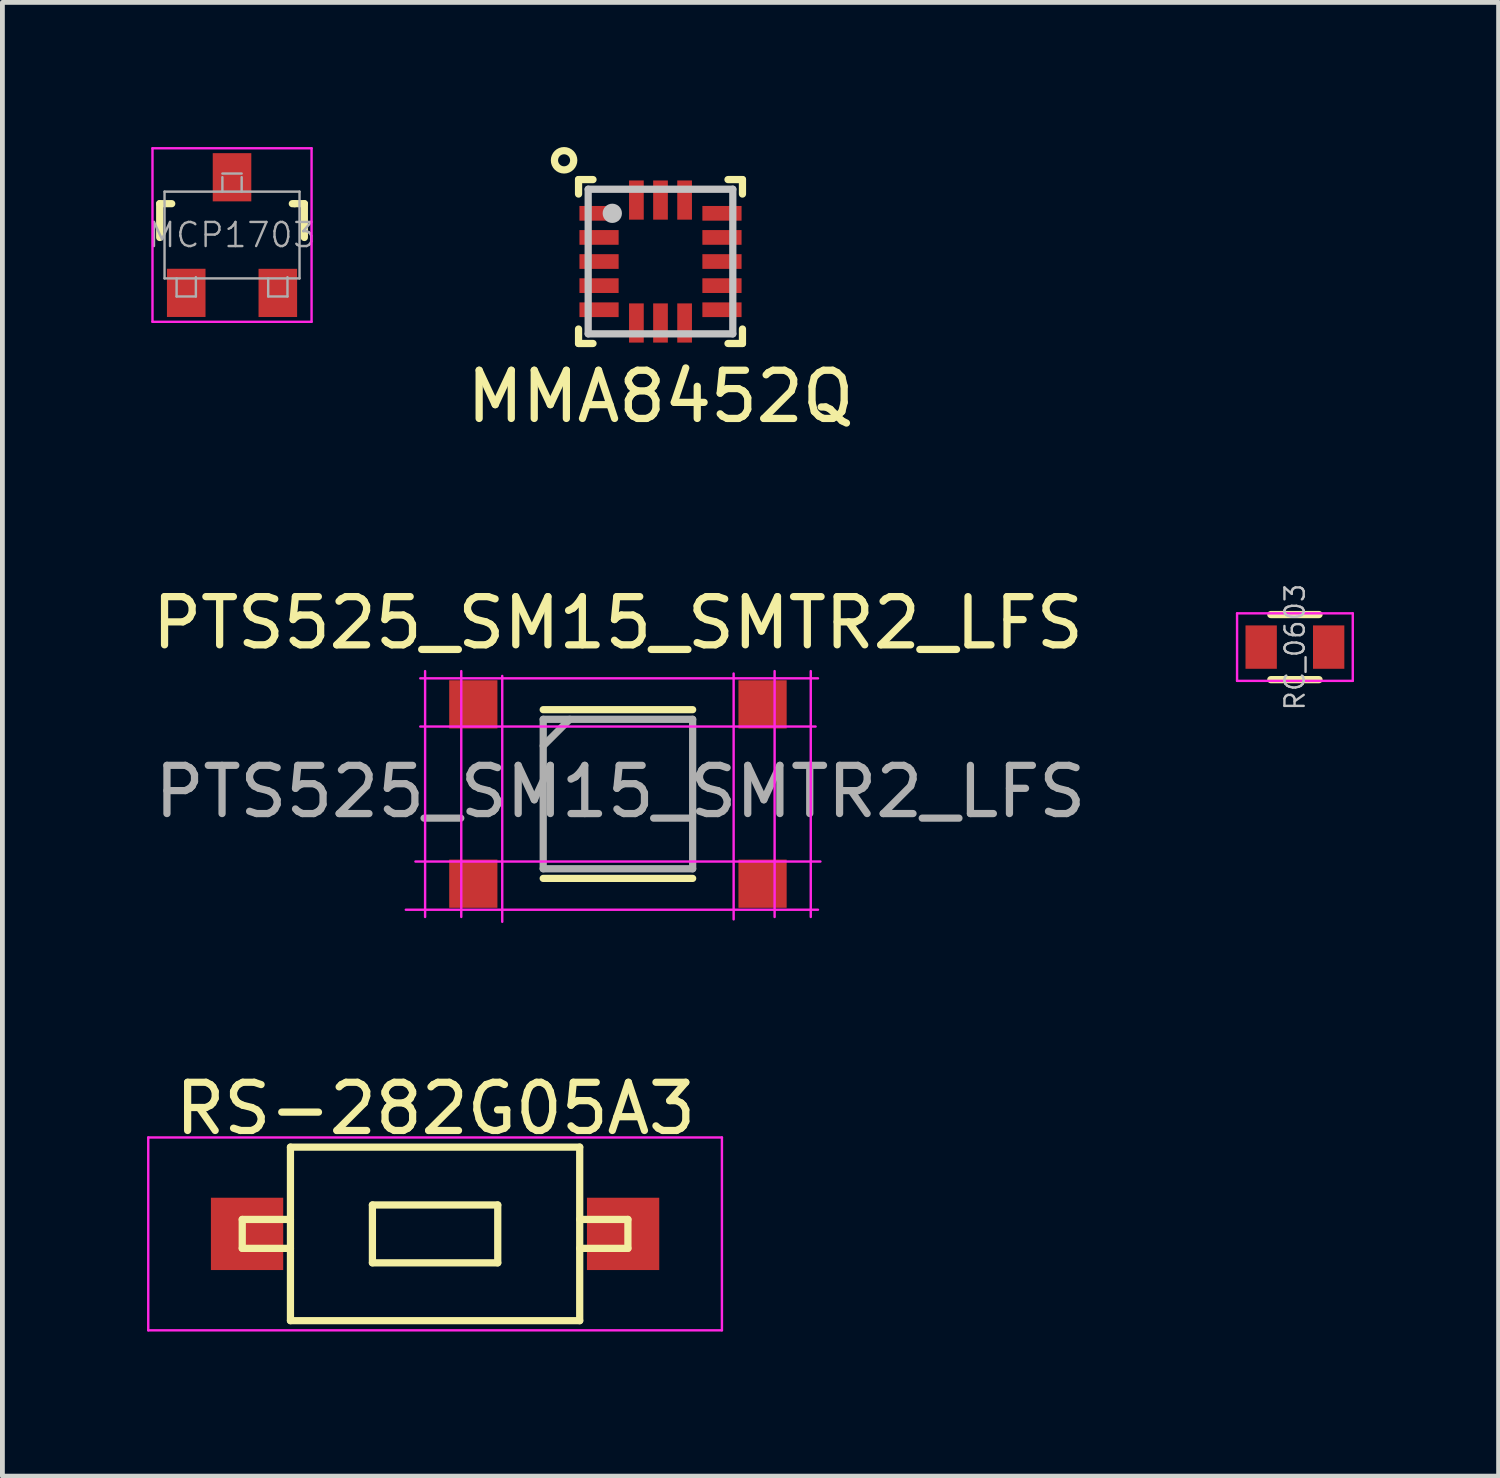
<source format=kicad_pcb>
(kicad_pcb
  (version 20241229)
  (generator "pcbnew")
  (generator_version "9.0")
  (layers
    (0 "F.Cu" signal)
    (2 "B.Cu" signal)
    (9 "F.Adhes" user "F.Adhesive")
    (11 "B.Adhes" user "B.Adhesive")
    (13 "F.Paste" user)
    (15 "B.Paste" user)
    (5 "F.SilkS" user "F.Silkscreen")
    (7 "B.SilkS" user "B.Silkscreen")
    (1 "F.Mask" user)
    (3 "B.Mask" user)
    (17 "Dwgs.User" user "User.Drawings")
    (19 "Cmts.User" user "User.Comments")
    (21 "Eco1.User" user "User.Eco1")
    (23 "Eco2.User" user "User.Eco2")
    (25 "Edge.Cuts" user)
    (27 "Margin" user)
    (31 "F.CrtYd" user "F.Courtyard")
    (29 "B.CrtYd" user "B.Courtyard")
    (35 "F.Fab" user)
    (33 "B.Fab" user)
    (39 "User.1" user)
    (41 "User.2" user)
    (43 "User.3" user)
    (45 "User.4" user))
  (footprint "MMA8452Q"
    (layer "F.Cu")
    (at 10.651 2.375)
    (property "Reference" "MMA8452Q" (at 0 2.8 0) (layer "F.SilkS") (effects (font (size 1 1) (thickness 0.15))))
    (attr through_hole)
    (fp_line (start -1.7 -1.7) (end -1.7 -1.4) (stroke (width 0.15) (type solid)) (layer "F.SilkS"))
    (fp_line (start -1.7 -1.7) (end -1.4 -1.7) (stroke (width 0.15) (type solid)) (layer "F.SilkS"))
    (fp_line (start -1.7 1.7) (end -1.7 1.4) (stroke (width 0.15) (type solid)) (layer "F.SilkS"))
    (fp_line (start -1.4 1.7) (end -1.7 1.7) (stroke (width 0.15) (type solid)) (layer "F.SilkS"))
    (fp_line (start 1.4 -1.7) (end 1.7 -1.7) (stroke (width 0.15) (type solid)) (layer "F.SilkS"))
    (fp_line (start 1.7 -1.7) (end 1.7 -1.4) (stroke (width 0.15) (type solid)) (layer "F.SilkS"))
    (fp_line (start 1.7 1.4) (end 1.7 1.7) (stroke (width 0.15) (type solid)) (layer "F.SilkS"))
    (fp_line (start 1.7 1.7) (end 1.4 1.7) (stroke (width 0.15) (type solid)) (layer "F.SilkS"))
    (fp_circle (center -2 -2.1) (end -2 -1.9) (stroke (width 0.15) (type solid)) (fill no) (layer "F.SilkS"))
    (fp_line (start -1.5 -1.5) (end -1.5 1.5) (stroke (width 0.15) (type solid)) (layer "Dwgs.User"))
    (fp_line (start -1.5 -1.5) (end 1.5 -1.5) (stroke (width 0.15) (type solid)) (layer "Dwgs.User"))
    (fp_line (start -1.5 1.5) (end 1.5 1.5) (stroke (width 0.15) (type solid)) (layer "Dwgs.User"))
    (fp_line (start 1.5 -1.5) (end 1.5 1.5) (stroke (width 0.15) (type solid)) (layer "Dwgs.User"))
    (fp_circle (center -1 -1) (end -1 -0.9) (stroke (width 0.2) (type solid)) (fill no) (layer "Dwgs.User"))
    (pad "1" smd rect (at -1.275 -1 90) (size 0.305 0.813) (layers "F.Cu" "F.Mask" "F.Paste"))
    (pad "2" smd rect (at -1.275 -0.5 90) (size 0.305 0.813) (layers "F.Cu" "F.Mask" "F.Paste"))
    (pad "3" smd rect (at -1.275 0 90) (size 0.305 0.813) (layers "F.Cu" "F.Mask" "F.Paste"))
    (pad "4" smd rect (at -1.275 0.5 90) (size 0.305 0.813) (layers "F.Cu" "F.Mask" "F.Paste"))
    (pad "5" smd rect (at -1.275 1 90) (size 0.305 0.813) (layers "F.Cu" "F.Mask" "F.Paste"))
    (pad "6" smd rect (at -0.5 1.275) (size 0.305 0.813) (layers "F.Cu" "F.Mask" "F.Paste"))
    (pad "7" smd rect (at 0 1.275) (size 0.305 0.813) (layers "F.Cu" "F.Mask" "F.Paste"))
    (pad "8" smd rect (at 0.5 1.275) (size 0.305 0.813) (layers "F.Cu" "F.Mask" "F.Paste"))
    (pad "9" smd rect (at 1.275 1 90) (size 0.305 0.813) (layers "F.Cu" "F.Mask" "F.Paste"))
    (pad "10" smd rect (at 1.275 0.5 90) (size 0.305 0.813) (layers "F.Cu" "F.Mask" "F.Paste"))
    (pad "11" smd rect (at 1.275 0 90) (size 0.305 0.813) (layers "F.Cu" "F.Mask" "F.Paste"))
    (pad "12" smd rect (at 1.275 -0.5 90) (size 0.305 0.813) (layers "F.Cu" "F.Mask" "F.Paste"))
    (pad "13" smd rect (at 1.275 -1 90) (size 0.305 0.813) (layers "F.Cu" "F.Mask" "F.Paste"))
    (pad "14" smd rect (at 0.5 -1.275) (size 0.305 0.813) (layers "F.Cu" "F.Mask" "F.Paste"))
    (pad "15" smd rect (at 0 -1.275) (size 0.305 0.813) (layers "F.Cu" "F.Mask" "F.Paste"))
    (pad "16" smd rect (at -0.5 -1.275) (size 0.305 0.813) (layers "F.Cu" "F.Mask" "F.Paste")))
  (footprint "RS-282G05A3"
    (layer "F.Cu")
    (at 5.975 22.545)
    (property "Reference" "RS-282G05A3" (at 0.01 -2.6 0) (layer "F.SilkS") (effects (font (size 1 1) (thickness 0.15))))
    (attr smd)
    (fp_line (start -4 -0.3) (end -4 0.3) (stroke (width 0.15) (type solid)) (layer "F.SilkS"))
    (fp_line (start -4 -0.3) (end -3 -0.3) (stroke (width 0.15) (type solid)) (layer "F.SilkS"))
    (fp_line (start -4 0.3) (end -3 0.3) (stroke (width 0.15) (type solid)) (layer "F.SilkS"))
    (fp_line (start -3 -1.8) (end -3 1.8) (stroke (width 0.15) (type solid)) (layer "F.SilkS"))
    (fp_line (start -3 -1.8) (end 3 -1.8) (stroke (width 0.15) (type solid)) (layer "F.SilkS"))
    (fp_line (start -3 1.8) (end 3 1.8) (stroke (width 0.15) (type solid)) (layer "F.SilkS"))
    (fp_line (start -1.3 -0.6) (end -1.3 0.6) (stroke (width 0.15) (type solid)) (layer "F.SilkS"))
    (fp_line (start -1.3 -0.6) (end 1.3 -0.6) (stroke (width 0.15) (type solid)) (layer "F.SilkS"))
    (fp_line (start -1.3 0.6) (end 1.3 0.6) (stroke (width 0.15) (type solid)) (layer "F.SilkS"))
    (fp_line (start 1.3 -0.6) (end 1.3 0.6) (stroke (width 0.15) (type solid)) (layer "F.SilkS"))
    (fp_line (start 3 -1.8) (end 3 1.8) (stroke (width 0.15) (type solid)) (layer "F.SilkS"))
    (fp_line (start 3 -0.3) (end 4 -0.3) (stroke (width 0.15) (type solid)) (layer "F.SilkS"))
    (fp_line (start 3 0.3) (end 4 0.3) (stroke (width 0.15) (type solid)) (layer "F.SilkS"))
    (fp_line (start 4 -0.3) (end 4 0.3) (stroke (width 0.15) (type solid)) (layer "F.SilkS"))
    (fp_line (start -5.95 -2) (end -5.95 2) (stroke (width 0.05) (type solid)) (layer "F.CrtYd"))
    (fp_line (start -5.95 -2) (end 5.95 -2) (stroke (width 0.05) (type solid)) (layer "F.CrtYd"))
    (fp_line (start -5.95 2) (end 5.95 2) (stroke (width 0.05) (type solid)) (layer "F.CrtYd"))
    (fp_line (start 5.95 -2) (end 5.95 2) (stroke (width 0.05) (type solid)) (layer "F.CrtYd"))
    (pad "1" smd rect (at -3.9 0) (size 1.5 1.5) (layers "F.Cu" "F.Mask" "F.Paste"))
    (pad "2" smd rect (at 3.9 0) (size 1.5 1.5) (layers "F.Cu" "F.Mask" "F.Paste")))
  (footprint "MCP1703"
    (layer "F.Cu")
    (at 1.763 1.825)
    (property "Reference" "MCP1703" (at 0 0 0) (layer "F.Fab") (effects (font (size 0.5 0.5) (thickness 0.05))))
    (attr smd)
    (fp_line (start -1.5 -0.65) (end -1.251 -0.65) (stroke (width 0.15) (type solid)) (layer "F.SilkS"))
    (fp_line (start -1.5 0.051) (end -1.5 -0.65) (stroke (width 0.15) (type solid)) (layer "F.SilkS"))
    (fp_line (start 1.299 -0.65) (end 1.251 -0.65) (stroke (width 0.15) (type solid)) (layer "F.SilkS"))
    (fp_line (start 1.299 -0.65) (end 1.5 -0.65) (stroke (width 0.15) (type solid)) (layer "F.SilkS"))
    (fp_line (start 1.5 -0.65) (end 1.5 0.051) (stroke (width 0.15) (type solid)) (layer "F.SilkS"))
    (fp_line (start -1.65 -1.8) (end 1.65 -1.8) (stroke (width 0.05) (type solid)) (layer "F.CrtYd"))
    (fp_line (start -1.65 1.8) (end -1.65 -1.8) (stroke (width 0.05) (type solid)) (layer "F.CrtYd"))
    (fp_line (start 1.65 -1.8) (end 1.65 1.8) (stroke (width 0.05) (type solid)) (layer "F.CrtYd"))
    (fp_line (start 1.65 1.8) (end -1.65 1.8) (stroke (width 0.05) (type solid)) (layer "F.CrtYd"))
    (fp_line (start -1.4 -0.9) (end 1.4 -0.9) (stroke (width 0.05) (type solid)) (layer "F.Fab"))
    (fp_line (start -1.4 0.9) (end -1.4 -0.9) (stroke (width 0.05) (type solid)) (layer "F.Fab"))
    (fp_line (start -1.15 1.275) (end -1.15 0.9) (stroke (width 0.05) (type solid)) (layer "F.Fab"))
    (fp_line (start -1.15 1.275) (end -0.75 1.275) (stroke (width 0.05) (type solid)) (layer "F.Fab"))
    (fp_line (start -0.75 1.275) (end -0.75 0.875) (stroke (width 0.05) (type solid)) (layer "F.Fab"))
    (fp_line (start -0.2 -1.275) (end 0.2 -1.275) (stroke (width 0.05) (type solid)) (layer "F.Fab"))
    (fp_line (start -0.2 -0.9) (end -0.2 -1.2) (stroke (width 0.05) (type solid)) (layer "F.Fab"))
    (fp_line (start 0.2 -1.2) (end 0.2 -0.9) (stroke (width 0.05) (type solid)) (layer "F.Fab"))
    (fp_line (start 0.75 1.275) (end 0.75 0.9) (stroke (width 0.05) (type solid)) (layer "F.Fab"))
    (fp_line (start 0.75 1.275) (end 1.15 1.275) (stroke (width 0.05) (type solid)) (layer "F.Fab"))
    (fp_line (start 1.15 1.275) (end 1.15 0.875) (stroke (width 0.05) (type solid)) (layer "F.Fab"))
    (fp_line (start 1.4 -0.9) (end 1.4 0.9) (stroke (width 0.05) (type solid)) (layer "F.Fab"))
    (fp_line (start 1.4 0.9) (end -1.4 0.9) (stroke (width 0.05) (type solid)) (layer "F.Fab"))
    (pad "1" smd rect (at -0.95 1.2) (size 0.8 1) (layers "F.Cu" "F.Mask" "F.Paste"))
    (pad "2" smd rect (at 0.95 1.201) (size 0.8 1) (layers "F.Cu" "F.Mask" "F.Paste"))
    (pad "3" smd rect (at 0 -1.198) (size 0.8 1) (layers "F.Cu" "F.Mask" "F.Paste")))
  (footprint "RC_0603"
    (layer "F.Cu")
    (at 23.811 10.373)
    (property "Reference" "RC_0603" (at 0 0 90) (layer "Dwgs.User") (effects (font (size 0.4 0.4) (thickness 0.05))))
    (attr smd)
    (fp_line (start -0.5 -0.675) (end 0.5 -0.675) (stroke (width 0.15) (type solid)) (layer "F.SilkS"))
    (fp_line (start 0.5 0.675) (end -0.5 0.675) (stroke (width 0.15) (type solid)) (layer "F.SilkS"))
    (fp_line (start -1.2 -0.7) (end -1.2 0.7) (stroke (width 0.05) (type solid)) (layer "F.CrtYd"))
    (fp_line (start -1.2 -0.7) (end 1.2 -0.7) (stroke (width 0.05) (type solid)) (layer "F.CrtYd"))
    (fp_line (start -1.2 0.7) (end 1.2 0.7) (stroke (width 0.05) (type solid)) (layer "F.CrtYd"))
    (fp_line (start 1.2 -0.7) (end 1.2 0.7) (stroke (width 0.05) (type solid)) (layer "F.CrtYd"))
    (pad "1" smd rect (at -0.7 0) (size 0.65 0.9) (layers "F.Cu" "F.Mask" "F.Paste"))
    (pad "2" smd rect (at 0.7 0) (size 0.65 0.9) (layers "F.Cu" "F.Mask" "F.Paste")))
  (footprint "PTS525_SM15_SMTR2_LFS"
    (layer "F.Cu")
    (at 9.768 13.421)
    (property "Reference" "PTS525_SM15_SMTR2_LFS" (at 0 -3.55 0) (layer "F.SilkS") (effects (font (size 1 1) (thickness 0.15))))
    (attr smd)
    (fp_line (start -1.55 -1.75) (end 1.55 -1.75) (stroke (width 0.15) (type solid)) (layer "F.SilkS"))
    (fp_line (start -1.55 1.75) (end 1.55 1.75) (stroke (width 0.15) (type solid)) (layer "F.SilkS"))
    (fp_line (start -4.4 2.4) (end 4.15 2.4) (stroke (width 0.05) (type solid)) (layer "F.CrtYd"))
    (fp_line (start -4.2 1.4) (end 4.2 1.4) (stroke (width 0.05) (type solid)) (layer "F.CrtYd"))
    (fp_line (start -4.1 -2.4) (end 4.15 -2.4) (stroke (width 0.05) (type solid)) (layer "F.CrtYd"))
    (fp_line (start -4.1 -1.4) (end 4.1 -1.4) (stroke (width 0.05) (type solid)) (layer "F.CrtYd"))
    (fp_line (start -4 -2.55) (end -4 2.55) (stroke (width 0.05) (type solid)) (layer "F.CrtYd"))
    (fp_line (start -3.25 -2.55) (end -3.25 2.55) (stroke (width 0.05) (type solid)) (layer "F.CrtYd"))
    (fp_line (start -2.4 -2.45) (end -2.4 2.65) (stroke (width 0.05) (type solid)) (layer "F.CrtYd"))
    (fp_line (start 2.4 -2.5) (end 2.4 2.6) (stroke (width 0.05) (type solid)) (layer "F.CrtYd"))
    (fp_line (start 3.25 -2.55) (end 3.25 2.55) (stroke (width 0.05) (type solid)) (layer "F.CrtYd"))
    (fp_line (start 4 -2.55) (end 4 2.55) (stroke (width 0.05) (type solid)) (layer "F.CrtYd"))
    (fp_line (start -1.55 -1.55) (end 1.55 -1.55) (stroke (width 0.15) (type solid)) (layer "F.Fab"))
    (fp_line (start -1.55 -1) (end -1 -1.55) (stroke (width 0.15) (type solid)) (layer "F.Fab"))
    (fp_line (start -1.55 1.55) (end -1.55 -1.55) (stroke (width 0.15) (type solid)) (layer "F.Fab"))
    (fp_line (start 1.55 -1.55) (end 1.55 1.55) (stroke (width 0.15) (type solid)) (layer "F.Fab"))
    (fp_line (start 1.55 1.55) (end -1.55 1.55) (stroke (width 0.15) (type solid)) (layer "F.Fab"))
    (fp_text user "${REFERENCE}" (at 0.05 -0.05 0) (layer "F.Fab") (effects (font (size 1 1) (thickness 0.15))))
    (pad "1" smd rect (at -3 -1.86) (size 1 1) (layers "F.Cu" "F.Mask" "F.Paste"))
    (pad "2" smd rect (at 3 -1.86) (size 1 1) (layers "F.Cu" "F.Mask" "F.Paste"))
    (pad "3" smd rect (at -3 1.86) (size 1 1) (layers "F.Cu" "F.Mask" "F.Paste"))
    (pad "4" smd rect (at 3 1.86) (size 1 1) (layers "F.Cu" "F.Mask" "F.Paste")))
  (gr_rect
    (start -3 -3)
    (end 28.036 27.57)
    (stroke (width 0.1) (type default))
    (fill no)
    (layer "Edge.Cuts")))
</source>
